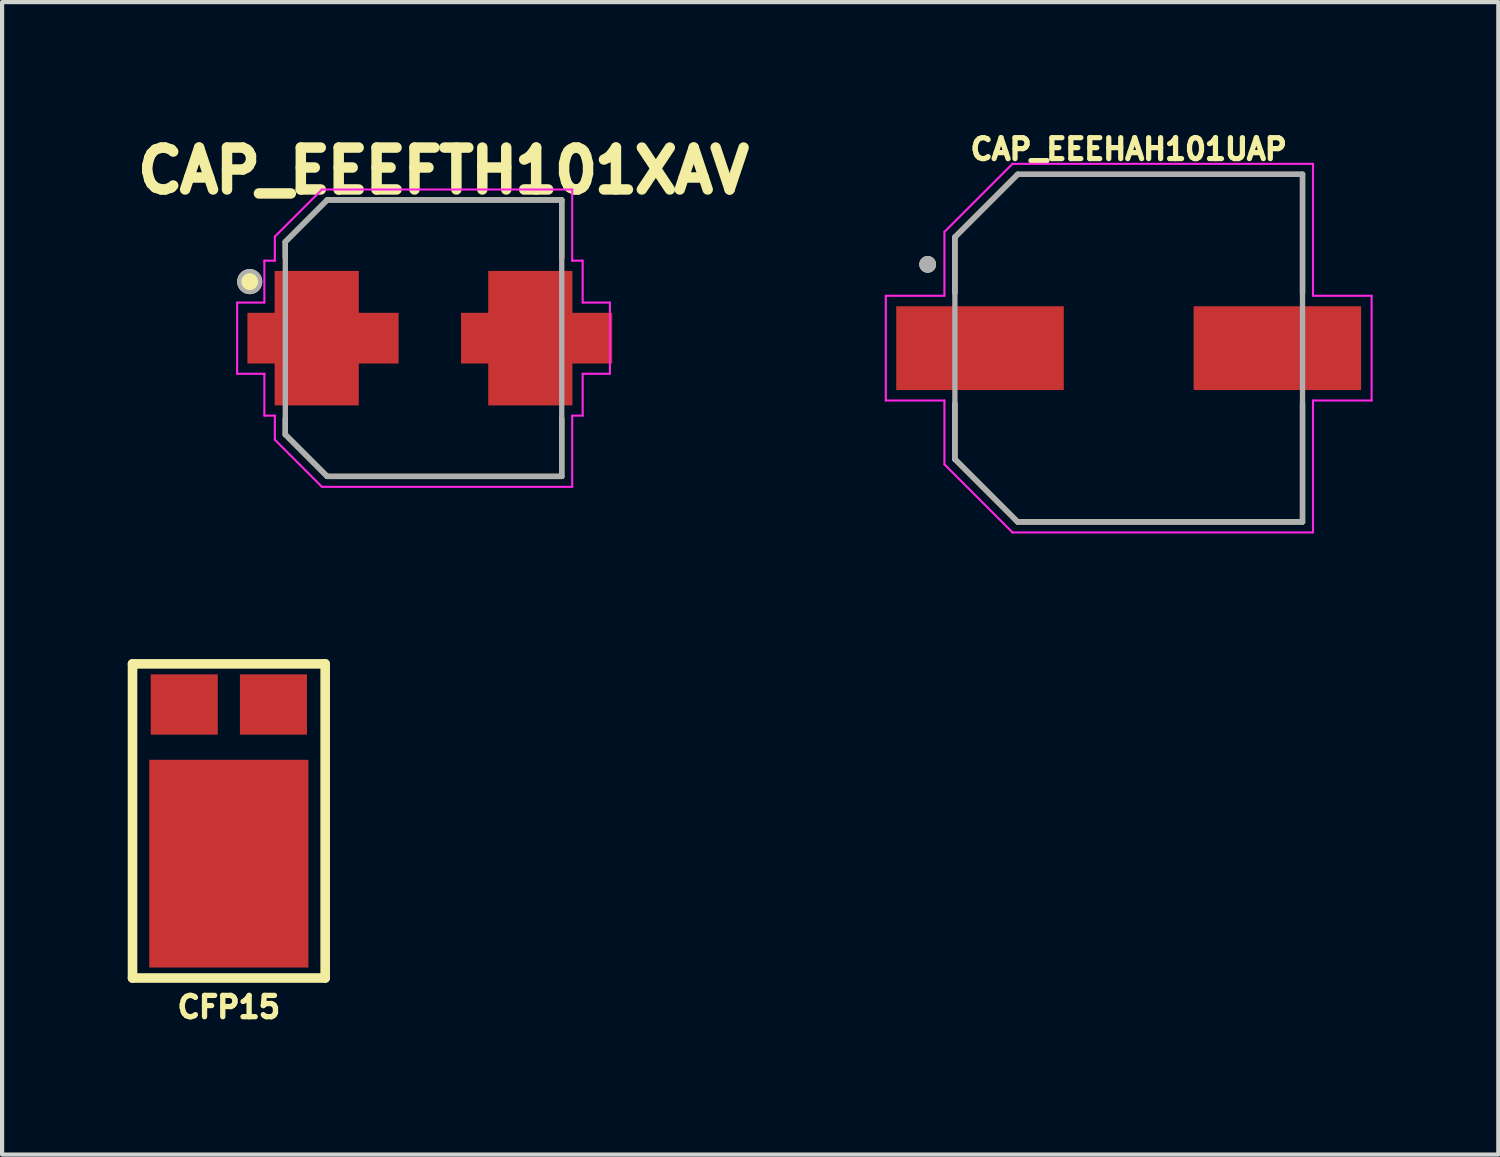
<source format=kicad_pcb>
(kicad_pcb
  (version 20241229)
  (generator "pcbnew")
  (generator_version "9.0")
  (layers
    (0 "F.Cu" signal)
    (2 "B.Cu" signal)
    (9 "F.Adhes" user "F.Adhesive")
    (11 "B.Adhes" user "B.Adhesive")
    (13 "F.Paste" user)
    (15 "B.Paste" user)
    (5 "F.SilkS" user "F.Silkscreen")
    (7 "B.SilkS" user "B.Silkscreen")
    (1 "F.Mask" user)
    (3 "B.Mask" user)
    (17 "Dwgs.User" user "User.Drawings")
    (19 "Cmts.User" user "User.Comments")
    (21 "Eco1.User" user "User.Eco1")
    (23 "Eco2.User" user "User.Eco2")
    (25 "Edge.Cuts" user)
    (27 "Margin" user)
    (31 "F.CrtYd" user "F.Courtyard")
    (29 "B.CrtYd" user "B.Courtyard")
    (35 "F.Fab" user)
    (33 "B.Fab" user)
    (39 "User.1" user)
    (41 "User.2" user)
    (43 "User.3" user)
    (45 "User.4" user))
  (footprint "CAP_EEEFTH101XAV"
    (layer "F.Cu")
    (at 7.062 5.024)
    (property "Reference" "CAP_EEEFTH101XAV" (at 0.475 -4 0) (layer "F.SilkS") (effects (font (size 1 1) (thickness 0.25) (bold yes))))
    (attr smd)
    (fp_poly (pts (xy -3.65 1.7) (xy -3.65 0.7) (xy -4.3 0.7) (xy -4.3 -0.7) (xy -3.65 -0.7) (xy -3.65 -1.7) (xy -1.45 -1.7) (xy -1.45 -0.7) (xy -0.5 -0.7) (xy -0.5 0.7) (xy -1.45 0.7) (xy -1.45 1.7)) (stroke (width 0.01) (type solid)) (fill yes) (layer "F.Mask"))
    (fp_poly (pts (xy 3.65 1.7) (xy 3.65 0.7) (xy 4.3 0.7) (xy 4.3 -0.7) (xy 3.65 -0.7) (xy 3.65 -1.7) (xy 1.45 -1.7) (xy 1.45 -0.7) (xy 0.5 -0.7) (xy 0.5 0.7) (xy 1.45 0.7) (xy 1.45 1.7)) (stroke (width 0.01) (type solid)) (fill yes) (layer "F.Mask"))
    (fp_line (start -3.3 -2.3) (end -3.3 -1.92) (stroke (width 0.127) (type solid)) (layer "F.SilkS"))
    (fp_line (start -3.3 1.92) (end -3.3 2.3) (stroke (width 0.127) (type solid)) (layer "F.SilkS"))
    (fp_line (start -3.3 2.3) (end -2.3 3.3) (stroke (width 0.127) (type solid)) (layer "F.SilkS"))
    (fp_line (start -2.3 -3.3) (end -3.3 -2.3) (stroke (width 0.127) (type solid)) (layer "F.SilkS"))
    (fp_line (start -2.3 3.3) (end 3.3 3.3) (stroke (width 0.127) (type solid)) (layer "F.SilkS"))
    (fp_line (start 3.3 -3.3) (end -2.3 -3.3) (stroke (width 0.127) (type solid)) (layer "F.SilkS"))
    (fp_line (start 3.3 -1.92) (end 3.3 -3.3) (stroke (width 0.127) (type solid)) (layer "F.SilkS"))
    (fp_line (start 3.3 3.3) (end 3.3 1.92) (stroke (width 0.127) (type solid)) (layer "F.SilkS"))
    (fp_circle (center -4.15 -1.35) (end -3.9 -1.35) (stroke (width 0.1) (type solid)) (fill yes) (layer "F.SilkS"))
    (fp_poly (pts (xy -3.55 1.6) (xy -3.55 0.6) (xy -4.2 0.6) (xy -4.2 -0.6) (xy -3.55 -0.6) (xy -3.55 -1.6) (xy -1.55 -1.6) (xy -1.55 -0.6) (xy -0.6 -0.6) (xy -0.6 0.6) (xy -1.55 0.6) (xy -1.55 1.6)) (stroke (width 0.01) (type solid)) (fill yes) (layer "F.Paste"))
    (fp_poly (pts (xy 3.55 1.6) (xy 3.55 0.6) (xy 4.2 0.6) (xy 4.2 -0.6) (xy 3.55 -0.6) (xy 3.55 -1.6) (xy 1.55 -1.6) (xy 1.55 -0.6) (xy 0.6 -0.6) (xy 0.6 0.6) (xy 1.55 0.6) (xy 1.55 1.6)) (stroke (width 0.01) (type solid)) (fill yes) (layer "F.Paste"))
    (fp_line (start -4.45 -0.85) (end -3.8 -0.85) (stroke (width 0.05) (type solid)) (layer "F.CrtYd"))
    (fp_line (start -4.45 0.85) (end -4.45 -0.85) (stroke (width 0.05) (type solid)) (layer "F.CrtYd"))
    (fp_line (start -3.8 -1.85) (end -3.55 -1.85) (stroke (width 0.05) (type solid)) (layer "F.CrtYd"))
    (fp_line (start -3.8 -0.85) (end -3.8 -1.85) (stroke (width 0.05) (type solid)) (layer "F.CrtYd"))
    (fp_line (start -3.8 0.85) (end -4.45 0.85) (stroke (width 0.05) (type solid)) (layer "F.CrtYd"))
    (fp_line (start -3.8 1.85) (end -3.8 0.85) (stroke (width 0.05) (type solid)) (layer "F.CrtYd"))
    (fp_line (start -3.55 -2.425) (end -2.425 -3.55) (stroke (width 0.05) (type solid)) (layer "F.CrtYd"))
    (fp_line (start -3.55 -1.85) (end -3.55 -2.425) (stroke (width 0.05) (type solid)) (layer "F.CrtYd"))
    (fp_line (start -3.55 1.85) (end -3.8 1.85) (stroke (width 0.05) (type solid)) (layer "F.CrtYd"))
    (fp_line (start -3.55 2.425) (end -3.55 1.85) (stroke (width 0.05) (type solid)) (layer "F.CrtYd"))
    (fp_line (start -2.425 -3.55) (end 3.55 -3.55) (stroke (width 0.05) (type solid)) (layer "F.CrtYd"))
    (fp_line (start -2.425 3.55) (end -3.55 2.425) (stroke (width 0.05) (type solid)) (layer "F.CrtYd"))
    (fp_line (start 3.55 -3.55) (end 3.55 -1.85) (stroke (width 0.05) (type solid)) (layer "F.CrtYd"))
    (fp_line (start 3.55 -1.85) (end 3.8 -1.85) (stroke (width 0.05) (type solid)) (layer "F.CrtYd"))
    (fp_line (start 3.55 1.85) (end 3.55 3.55) (stroke (width 0.05) (type solid)) (layer "F.CrtYd"))
    (fp_line (start 3.55 3.55) (end -2.425 3.55) (stroke (width 0.05) (type solid)) (layer "F.CrtYd"))
    (fp_line (start 3.8 -1.85) (end 3.8 -0.85) (stroke (width 0.05) (type solid)) (layer "F.CrtYd"))
    (fp_line (start 3.8 -0.85) (end 4.45 -0.85) (stroke (width 0.05) (type solid)) (layer "F.CrtYd"))
    (fp_line (start 3.8 0.85) (end 3.8 1.85) (stroke (width 0.05) (type solid)) (layer "F.CrtYd"))
    (fp_line (start 3.8 1.85) (end 3.55 1.85) (stroke (width 0.05) (type solid)) (layer "F.CrtYd"))
    (fp_line (start 4.45 -0.85) (end 4.45 0.85) (stroke (width 0.05) (type solid)) (layer "F.CrtYd"))
    (fp_line (start 4.45 0.85) (end 3.8 0.85) (stroke (width 0.05) (type solid)) (layer "F.CrtYd"))
    (fp_line (start -3.3 -2.3) (end -3.3 2.3) (stroke (width 0.127) (type solid)) (layer "F.Fab"))
    (fp_line (start -3.3 2.3) (end -2.3 3.3) (stroke (width 0.127) (type solid)) (layer "F.Fab"))
    (fp_line (start -2.3 -3.3) (end -3.3 -2.3) (stroke (width 0.127) (type solid)) (layer "F.Fab"))
    (fp_line (start -2.3 3.3) (end 3.3 3.3) (stroke (width 0.127) (type solid)) (layer "F.Fab"))
    (fp_line (start 3.3 -3.3) (end -2.3 -3.3) (stroke (width 0.127) (type solid)) (layer "F.Fab"))
    (fp_line (start 3.3 3.3) (end 3.3 -3.3) (stroke (width 0.127) (type solid)) (layer "F.Fab"))
    (fp_circle (center -4.15 -1.35) (end -3.9 -1.35) (stroke (width 0.1) (type solid)) (fill no) (layer "F.Fab"))
    (pad "1" smd custom (at -2.55 0) (size 1.8 1.8) (layers "F.Cu") (options (anchor rect)) (primitives (gr_poly (pts (xy -1 1.6) (xy -1 0.6) (xy -1.65 0.6) (xy -1.65 -0.6) (xy -1 -0.6) (xy -1 -1.6) (xy 1 -1.6) (xy 1 -0.6) (xy 1.95 -0.6) (xy 1.95 0.6) (xy 1 0.6) (xy 1 1.6)) (width 0.01) (fill yes))))
    (pad "2" smd custom (at 2.55 0 180) (size 1.8 1.8) (layers "F.Cu") (options (anchor rect)) (primitives (gr_poly (pts (xy 1 1.6) (xy 1 0.6) (xy 1.65 0.6) (xy 1.65 -0.6) (xy 1 -0.6) (xy 1 -1.6) (xy -1 -1.6) (xy -1 -0.6) (xy -1.95 -0.6) (xy -1.95 0.6) (xy -1 0.6) (xy -1 1.6)) (width 0.01) (fill yes)))))
  (footprint "CFP15"
    (layer "F.Cu")
    (at 2.414 16.551)
    (property "Reference" "CFP15" (at 0 4.445 0) (layer "F.SilkS") (effects (font (size 0.508 0.508) (thickness 0.127))))
    (property "Value" "${VALUE}" (at 0 -4.445 180) (layer "F.Fab") (hide yes) (effects (font (size 0.508 0.508) (thickness 0.127))))
    (attr through_hole)
    (fp_line (start -2.3 -3.75) (end 2.3 -3.75) (stroke (width 0.229) (type solid)) (layer "F.SilkS"))
    (fp_line (start -2.3 3.75) (end -2.3 -3.75) (stroke (width 0.229) (type solid)) (layer "F.SilkS"))
    (fp_line (start 2.3 -3.75) (end 2.3 3.75) (stroke (width 0.229) (type solid)) (layer "F.SilkS"))
    (fp_line (start 2.3 3.75) (end -2.3 3.75) (stroke (width 0.229) (type solid)) (layer "F.SilkS"))
    (pad "1" smd rect (at 0 1.02) (size 3.8 4.96) (layers "F.Cu" "F.Mask" "F.Paste"))
    (pad "2" smd rect (at -1.065 -2.78) (size 1.6 1.44) (layers "F.Cu" "F.Mask" "F.Paste"))
    (pad "2" smd rect (at 1.065 -2.78) (size 1.6 1.44) (layers "F.Cu" "F.Mask" "F.Paste")))
  (footprint "CAP_EEEHAH101UAP"
    (layer "F.Cu")
    (at 23.899 5.262)
    (property "Reference" "CAP_EEEHAH101UAP" (at 0 -4.75 0) (layer "F.SilkS") (effects (font (size 0.5 0.5) (thickness 0.125) (bold yes))))
    (attr smd)
    (fp_line (start -4.15 -2.65) (end -4.15 -1.32) (stroke (width 0.127) (type solid)) (layer "F.SilkS"))
    (fp_line (start -4.15 1.32) (end -4.15 2.65) (stroke (width 0.127) (type solid)) (layer "F.SilkS"))
    (fp_line (start -4.15 2.65) (end -2.65 4.15) (stroke (width 0.127) (type solid)) (layer "F.SilkS"))
    (fp_line (start -2.65 -4.15) (end -4.15 -2.65) (stroke (width 0.127) (type solid)) (layer "F.SilkS"))
    (fp_line (start -2.65 4.15) (end 4.15 4.15) (stroke (width 0.127) (type solid)) (layer "F.SilkS"))
    (fp_line (start 4.15 -4.15) (end -2.65 -4.15) (stroke (width 0.127) (type solid)) (layer "F.SilkS"))
    (fp_line (start 4.15 -1.32) (end 4.15 -4.15) (stroke (width 0.127) (type solid)) (layer "F.SilkS"))
    (fp_line (start 4.15 4.15) (end 4.15 1.32) (stroke (width 0.127) (type solid)) (layer "F.SilkS"))
    (fp_circle (center -4.8 -2) (end -4.7 -2) (stroke (width 0.2) (type solid)) (fill no) (layer "F.SilkS"))
    (fp_line (start -5.8 -1.25) (end -4.4 -1.25) (stroke (width 0.05) (type solid)) (layer "F.CrtYd"))
    (fp_line (start -5.8 1.25) (end -5.8 -1.25) (stroke (width 0.05) (type solid)) (layer "F.CrtYd"))
    (fp_line (start -4.4 -2.775) (end -2.775 -4.4) (stroke (width 0.05) (type solid)) (layer "F.CrtYd"))
    (fp_line (start -4.4 -1.25) (end -4.4 -2.775) (stroke (width 0.05) (type solid)) (layer "F.CrtYd"))
    (fp_line (start -4.4 1.25) (end -5.8 1.25) (stroke (width 0.05) (type solid)) (layer "F.CrtYd"))
    (fp_line (start -4.4 2.775) (end -4.4 1.25) (stroke (width 0.05) (type solid)) (layer "F.CrtYd"))
    (fp_line (start -2.775 -4.4) (end 4.4 -4.4) (stroke (width 0.05) (type solid)) (layer "F.CrtYd"))
    (fp_line (start -2.775 4.4) (end -4.4 2.775) (stroke (width 0.05) (type solid)) (layer "F.CrtYd"))
    (fp_line (start 4.4 -4.4) (end 4.4 -1.25) (stroke (width 0.05) (type solid)) (layer "F.CrtYd"))
    (fp_line (start 4.4 -1.25) (end 5.8 -1.25) (stroke (width 0.05) (type solid)) (layer "F.CrtYd"))
    (fp_line (start 4.4 1.25) (end 4.4 4.4) (stroke (width 0.05) (type solid)) (layer "F.CrtYd"))
    (fp_line (start 4.4 4.4) (end -2.775 4.4) (stroke (width 0.05) (type solid)) (layer "F.CrtYd"))
    (fp_line (start 5.8 -1.25) (end 5.8 1.25) (stroke (width 0.05) (type solid)) (layer "F.CrtYd"))
    (fp_line (start 5.8 1.25) (end 4.4 1.25) (stroke (width 0.05) (type solid)) (layer "F.CrtYd"))
    (fp_line (start -4.15 -2.65) (end -4.15 2.65) (stroke (width 0.127) (type solid)) (layer "F.Fab"))
    (fp_line (start -4.15 2.65) (end -2.65 4.15) (stroke (width 0.127) (type solid)) (layer "F.Fab"))
    (fp_line (start -2.65 -4.15) (end -4.15 -2.65) (stroke (width 0.127) (type solid)) (layer "F.Fab"))
    (fp_line (start -2.65 4.15) (end 4.15 4.15) (stroke (width 0.127) (type solid)) (layer "F.Fab"))
    (fp_line (start 4.15 -4.15) (end -2.65 -4.15) (stroke (width 0.127) (type solid)) (layer "F.Fab"))
    (fp_line (start 4.15 4.15) (end 4.15 -4.15) (stroke (width 0.127) (type solid)) (layer "F.Fab"))
    (fp_circle (center -4.8 -2) (end -4.7 -2) (stroke (width 0.2) (type solid)) (fill no) (layer "F.Fab"))
    (pad "1" smd rect (at -3.55 0) (size 4 2) (layers "F.Cu" "F.Mask" "F.Paste"))
    (pad "2" smd rect (at 3.55 0) (size 4 2) (layers "F.Cu" "F.Mask" "F.Paste")))
  (gr_rect
    (start -3 -3)
    (end 32.724 24.516)
    (stroke (width 0.1) (type default))
    (fill no)
    (layer "Edge.Cuts")))
</source>
